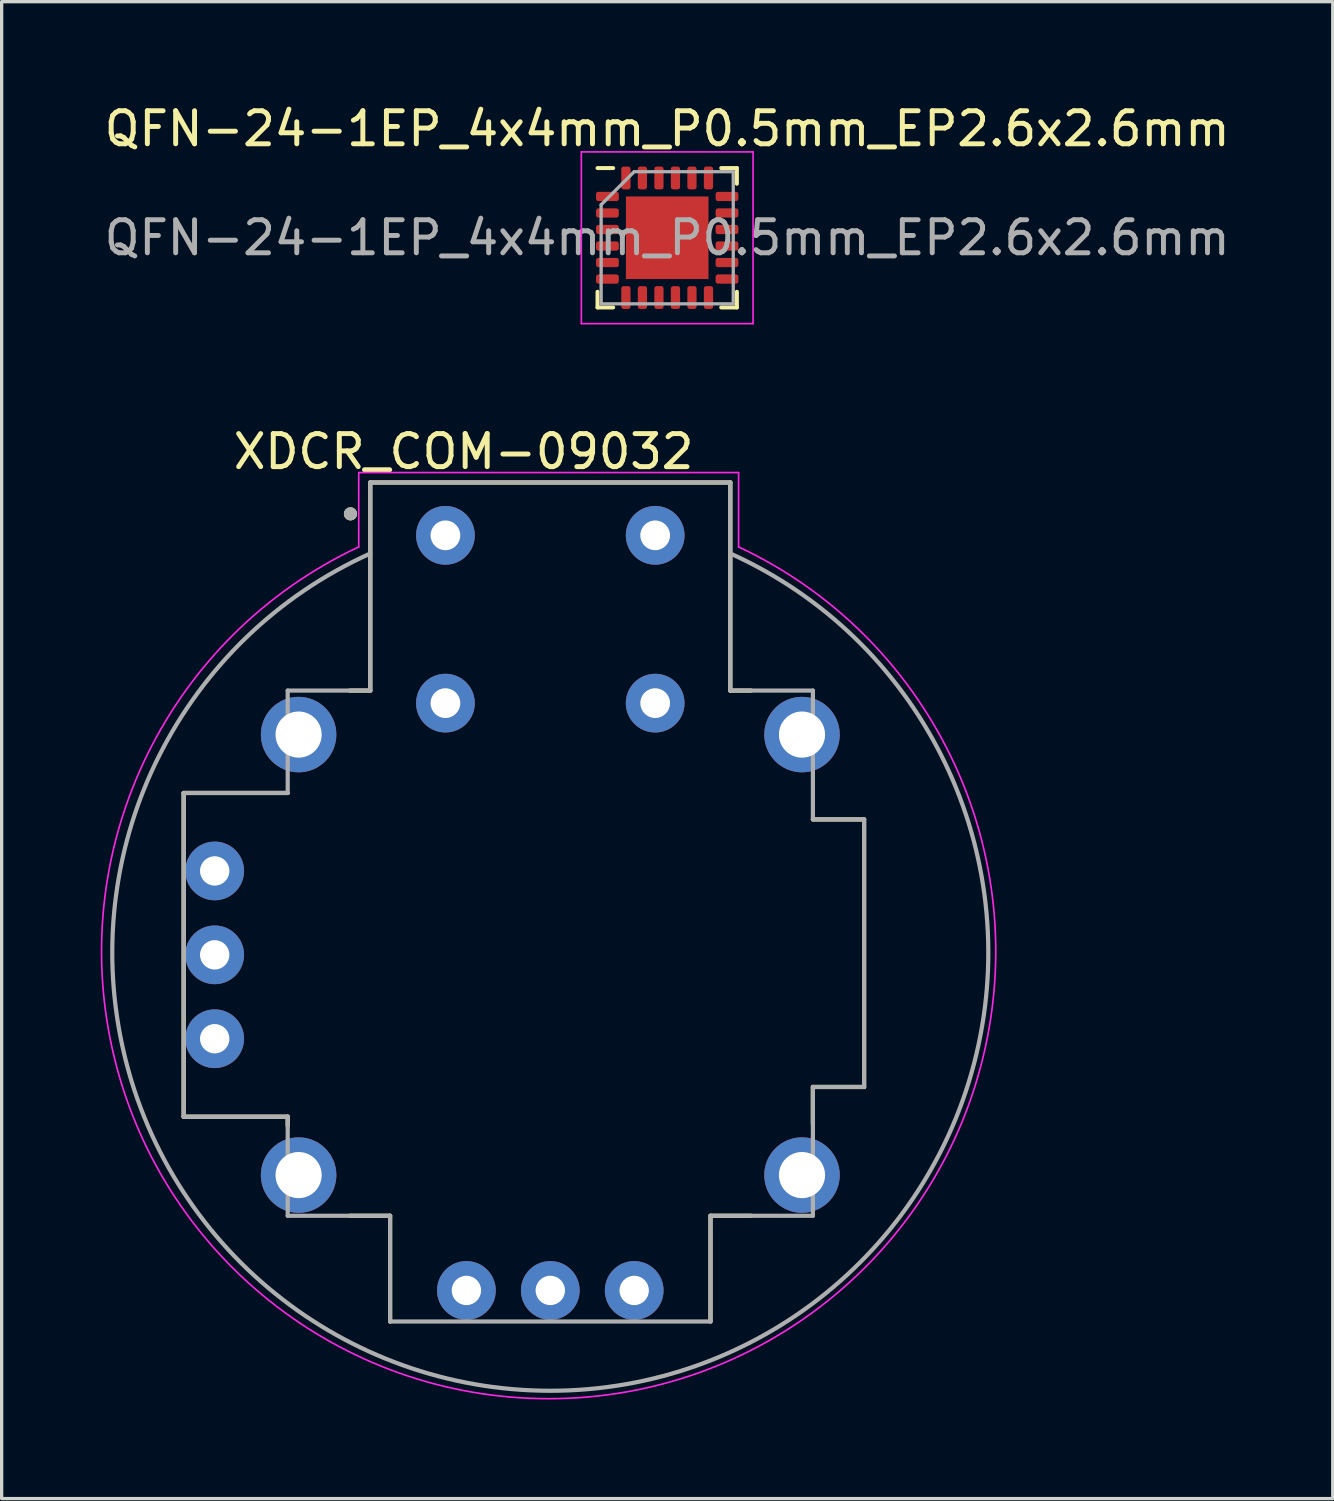
<source format=kicad_pcb>
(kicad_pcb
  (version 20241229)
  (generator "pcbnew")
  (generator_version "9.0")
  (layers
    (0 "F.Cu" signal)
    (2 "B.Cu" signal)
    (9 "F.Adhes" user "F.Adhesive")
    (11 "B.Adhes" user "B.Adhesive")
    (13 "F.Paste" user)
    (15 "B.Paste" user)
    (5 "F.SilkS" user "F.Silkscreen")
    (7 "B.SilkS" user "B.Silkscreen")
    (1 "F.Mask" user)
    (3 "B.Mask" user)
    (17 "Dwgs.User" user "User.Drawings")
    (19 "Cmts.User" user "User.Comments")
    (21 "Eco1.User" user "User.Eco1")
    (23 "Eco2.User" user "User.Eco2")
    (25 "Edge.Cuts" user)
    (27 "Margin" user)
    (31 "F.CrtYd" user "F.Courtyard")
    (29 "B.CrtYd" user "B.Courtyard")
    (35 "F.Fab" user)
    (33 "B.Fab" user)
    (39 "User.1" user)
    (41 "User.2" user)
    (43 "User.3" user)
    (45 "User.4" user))
  (footprint "XDCR_COM-09032"
    (layer "F.Cu")
    (at 13.61 25.857)
    (property "Reference" "XDCR_COM-09032" (at -2.625 -15.235 0) (layer "F.SilkS") (effects (font (size 1 1) (thickness 0.15))))
    (attr through_hole)
    (fp_line (start -11.1 -4.9) (end -7.95 -4.9) (stroke (width 0.127) (type solid)) (layer "F.SilkS"))
    (fp_line (start -11.1 4.9) (end -11.1 -4.9) (stroke (width 0.127) (type solid)) (layer "F.SilkS"))
    (fp_line (start -7.95 4.9) (end -11.1 4.9) (stroke (width 0.127) (type solid)) (layer "F.SilkS"))
    (fp_line (start -7.95 5.17) (end -7.95 4.9) (stroke (width 0.127) (type solid)) (layer "F.SilkS"))
    (fp_line (start -6.07 -8) (end -5.45 -8) (stroke (width 0.127) (type solid)) (layer "F.SilkS"))
    (fp_line (start -5.45 -14.3) (end 5.45 -14.3) (stroke (width 0.127) (type solid)) (layer "F.SilkS"))
    (fp_line (start -5.45 -8) (end -5.45 -14.3) (stroke (width 0.127) (type solid)) (layer "F.SilkS"))
    (fp_line (start -4.85 7.9) (end -6.07 7.9) (stroke (width 0.127) (type solid)) (layer "F.SilkS"))
    (fp_line (start -4.85 11.1) (end -4.85 7.9) (stroke (width 0.127) (type solid)) (layer "F.SilkS"))
    (fp_line (start 4.85 7.9) (end 4.85 11.1) (stroke (width 0.127) (type solid)) (layer "F.SilkS"))
    (fp_line (start 5.45 -14.3) (end 5.45 -8) (stroke (width 0.127) (type solid)) (layer "F.SilkS"))
    (fp_line (start 5.45 -8) (end 6.08 -8) (stroke (width 0.127) (type solid)) (layer "F.SilkS"))
    (fp_line (start 6.08 7.9) (end 4.85 7.9) (stroke (width 0.127) (type solid)) (layer "F.SilkS"))
    (fp_line (start 7.95 -4.1) (end 9.5 -4.1) (stroke (width 0.127) (type solid)) (layer "F.SilkS"))
    (fp_line (start 7.95 4) (end 7.95 5.12) (stroke (width 0.127) (type solid)) (layer "F.SilkS"))
    (fp_line (start 9.5 -4.1) (end 9.5 4) (stroke (width 0.127) (type solid)) (layer "F.SilkS"))
    (fp_line (start 9.5 4) (end 7.95 4) (stroke (width 0.127) (type solid)) (layer "F.SilkS"))
    (fp_circle (center -6.05 -13.35) (end -5.95 -13.35) (stroke (width 0.2) (type solid)) (fill no) (layer "F.SilkS"))
    (fp_line (start -5.8 -14.6) (end 5.7 -14.6) (stroke (width 0.05) (type solid)) (layer "F.CrtYd"))
    (fp_line (start -5.8 -12.35) (end -5.8 -14.6) (stroke (width 0.05) (type solid)) (layer "F.CrtYd"))
    (fp_line (start 5.7 -14.6) (end 5.7 -12.35) (stroke (width 0.05) (type solid)) (layer "F.CrtYd"))
    (fp_arc (start 5.7 -12.35) (mid -0.05 13.437438) (end -5.8 -12.35) (stroke (width 0.05) (type solid)) (layer "F.CrtYd"))
    (fp_line (start -11.1 -4.9) (end -11.1 4.9) (stroke (width 0.127) (type solid)) (layer "F.Fab"))
    (fp_line (start -7.95 -4.9) (end -11.1 -4.9) (stroke (width 0.127) (type solid)) (layer "F.Fab"))
    (fp_line (start -7.95 -4.9) (end -7.95 -8) (stroke (width 0.127) (type solid)) (layer "F.Fab"))
    (fp_line (start -7.95 4.9) (end -11.1 4.9) (stroke (width 0.127) (type solid)) (layer "F.Fab"))
    (fp_line (start -7.95 4.9) (end -7.95 7.9) (stroke (width 0.127) (type solid)) (layer "F.Fab"))
    (fp_line (start -5.45 -14.3) (end -5.45 -8) (stroke (width 0.127) (type solid)) (layer "F.Fab"))
    (fp_line (start -5.45 -8) (end -7.95 -8) (stroke (width 0.127) (type solid)) (layer "F.Fab"))
    (fp_line (start -4.85 7.9) (end -7.95 7.9) (stroke (width 0.127) (type solid)) (layer "F.Fab"))
    (fp_line (start -4.85 11.1) (end -4.85 7.9) (stroke (width 0.127) (type solid)) (layer "F.Fab"))
    (fp_line (start 4.85 7.9) (end 7.95 7.9) (stroke (width 0.127) (type solid)) (layer "F.Fab"))
    (fp_line (start 4.85 11.1) (end -4.85 11.1) (stroke (width 0.127) (type solid)) (layer "F.Fab"))
    (fp_line (start 4.85 11.1) (end 4.85 7.9) (stroke (width 0.127) (type solid)) (layer "F.Fab"))
    (fp_line (start 5.45 -14.3) (end -5.45 -14.3) (stroke (width 0.127) (type solid)) (layer "F.Fab"))
    (fp_line (start 5.45 -14.3) (end 5.45 -8) (stroke (width 0.127) (type solid)) (layer "F.Fab"))
    (fp_line (start 7.95 -8) (end 5.45 -8) (stroke (width 0.127) (type solid)) (layer "F.Fab"))
    (fp_line (start 7.95 -4.1) (end 7.95 -8) (stroke (width 0.127) (type solid)) (layer "F.Fab"))
    (fp_line (start 7.95 -4.1) (end 9.5 -4.1) (stroke (width 0.127) (type solid)) (layer "F.Fab"))
    (fp_line (start 7.95 4) (end 7.95 7.9) (stroke (width 0.127) (type solid)) (layer "F.Fab"))
    (fp_line (start 7.95 4) (end 9.5 4) (stroke (width 0.127) (type solid)) (layer "F.Fab"))
    (fp_line (start 9.5 -4.1) (end 9.5 4) (stroke (width 0.127) (type solid)) (layer "F.Fab"))
    (fp_arc (start 5.45 -12.15) (mid 0 13.197504) (end -5.45 -12.15) (stroke (width 0.127) (type solid)) (layer "F.Fab"))
    (fp_circle (center -6.05 -13.35) (end -5.95 -13.35) (stroke (width 0.2) (type solid)) (fill no) (layer "F.Fab"))
    (pad "B1A" thru_hole circle (at -3.175 -12.7) (size 1.778 1.778) (drill 0.9) (layers "*.Cu" "*.Mask"))
    (pad "B1B" thru_hole circle (at 3.175 -12.7) (size 1.778 1.778) (drill 0.9) (layers "*.Cu" "*.Mask"))
    (pad "B2A" thru_hole circle (at -3.175 -7.62) (size 1.778 1.778) (drill 0.9) (layers "*.Cu" "*.Mask"))
    (pad "B2B" thru_hole circle (at 3.175 -7.62) (size 1.778 1.778) (drill 0.9) (layers "*.Cu" "*.Mask"))
    (pad "H1" thru_hole circle (at -2.54 10.16) (size 1.778 1.778) (drill 0.889) (layers "*.Cu" "*.Mask"))
    (pad "H2" thru_hole circle (at 0 10.16) (size 1.778 1.778) (drill 0.889) (layers "*.Cu" "*.Mask"))
    (pad "H3" thru_hole circle (at 2.54 10.16) (size 1.778 1.778) (drill 0.889) (layers "*.Cu" "*.Mask"))
    (pad "S1" thru_hole circle (at -7.62 -6.668) (size 2.286 2.286) (drill 1.397) (layers "*.Cu" "*.Mask"))
    (pad "S2" thru_hole circle (at -7.62 6.668) (size 2.286 2.286) (drill 1.397) (layers "*.Cu" "*.Mask"))
    (pad "S3" thru_hole circle (at 7.62 6.668) (size 2.286 2.286) (drill 1.397) (layers "*.Cu" "*.Mask"))
    (pad "S4" thru_hole circle (at 7.62 -6.668) (size 2.286 2.286) (drill 1.397) (layers "*.Cu" "*.Mask"))
    (pad "V1" thru_hole circle (at -10.16 -2.54) (size 1.778 1.778) (drill 0.889) (layers "*.Cu" "*.Mask"))
    (pad "V2" thru_hole circle (at -10.16 0) (size 1.778 1.778) (drill 0.889) (layers "*.Cu" "*.Mask"))
    (pad "V3" thru_hole circle (at -10.16 2.54) (size 1.778 1.778) (drill 0.889) (layers "*.Cu" "*.Mask")))
  (footprint "QFN-24-1EP_4x4mm_P0.5mm_EP2.6x2.6mm"
    (layer "F.Cu")
    (at 17.149 4.148)
    (property "Reference" "QFN-24-1EP_4x4mm_P0.5mm_EP2.6x2.6mm" (at 0 -3.3 0) (layer "F.SilkS") (effects (font (size 1 1) (thickness 0.15))))
    (attr smd)
    (fp_line (start -2.11 2.11) (end -2.11 1.635) (stroke (width 0.12) (type solid)) (layer "F.SilkS"))
    (fp_line (start -1.635 -2.11) (end -2.11 -2.11) (stroke (width 0.12) (type solid)) (layer "F.SilkS"))
    (fp_line (start -1.635 2.11) (end -2.11 2.11) (stroke (width 0.12) (type solid)) (layer "F.SilkS"))
    (fp_line (start 1.635 -2.11) (end 2.11 -2.11) (stroke (width 0.12) (type solid)) (layer "F.SilkS"))
    (fp_line (start 1.635 2.11) (end 2.11 2.11) (stroke (width 0.12) (type solid)) (layer "F.SilkS"))
    (fp_line (start 2.11 -2.11) (end 2.11 -1.635) (stroke (width 0.12) (type solid)) (layer "F.SilkS"))
    (fp_line (start 2.11 2.11) (end 2.11 1.635) (stroke (width 0.12) (type solid)) (layer "F.SilkS"))
    (fp_line (start -2.6 -2.6) (end -2.6 2.6) (stroke (width 0.05) (type solid)) (layer "F.CrtYd"))
    (fp_line (start -2.6 2.6) (end 2.6 2.6) (stroke (width 0.05) (type solid)) (layer "F.CrtYd"))
    (fp_line (start 2.6 -2.6) (end -2.6 -2.6) (stroke (width 0.05) (type solid)) (layer "F.CrtYd"))
    (fp_line (start 2.6 2.6) (end 2.6 -2.6) (stroke (width 0.05) (type solid)) (layer "F.CrtYd"))
    (fp_line (start -2 -1) (end -1 -2) (stroke (width 0.1) (type solid)) (layer "F.Fab"))
    (fp_line (start -2 2) (end -2 -1) (stroke (width 0.1) (type solid)) (layer "F.Fab"))
    (fp_line (start -1 -2) (end 2 -2) (stroke (width 0.1) (type solid)) (layer "F.Fab"))
    (fp_line (start 2 -2) (end 2 2) (stroke (width 0.1) (type solid)) (layer "F.Fab"))
    (fp_line (start 2 2) (end -2 2) (stroke (width 0.1) (type solid)) (layer "F.Fab"))
    (fp_text user "${REFERENCE}" (at 0 0 0) (layer "F.Fab") (effects (font (size 1 1) (thickness 0.15))))
    (pad "" smd roundrect (at -0.65 -0.65) (size 1.05 1.05) (layers "F.Paste") (roundrect_rratio 0.238))
    (pad "" smd roundrect (at -0.65 0.65) (size 1.05 1.05) (layers "F.Paste") (roundrect_rratio 0.238))
    (pad "" smd roundrect (at 0.65 -0.65) (size 1.05 1.05) (layers "F.Paste") (roundrect_rratio 0.238))
    (pad "" smd roundrect (at 0.65 0.65) (size 1.05 1.05) (layers "F.Paste") (roundrect_rratio 0.238))
    (pad "1" smd roundrect (at -1.81 -1.25 180) (size 0.69 0.28) (layers "F.Cu" "F.Mask" "F.Paste") (roundrect_rratio 0.25))
    (pad "2" smd roundrect (at -1.81 -0.75) (size 0.69 0.28) (layers "F.Cu" "F.Mask" "F.Paste") (roundrect_rratio 0.25))
    (pad "3" smd roundrect (at -1.81 -0.25) (size 0.69 0.28) (layers "F.Cu" "F.Mask" "F.Paste") (roundrect_rratio 0.25))
    (pad "4" smd roundrect (at -1.81 0.25) (size 0.69 0.28) (layers "F.Cu" "F.Mask" "F.Paste") (roundrect_rratio 0.25))
    (pad "5" smd roundrect (at -1.81 0.75) (size 0.69 0.28) (layers "F.Cu" "F.Mask" "F.Paste") (roundrect_rratio 0.25))
    (pad "6" smd roundrect (at -1.81 1.25) (size 0.69 0.28) (layers "F.Cu" "F.Mask" "F.Paste") (roundrect_rratio 0.25))
    (pad "7" smd roundrect (at -1.25 1.81 90) (size 0.69 0.28) (layers "F.Cu" "F.Mask" "F.Paste") (roundrect_rratio 0.25))
    (pad "8" smd roundrect (at -0.75 1.81 90) (size 0.69 0.28) (layers "F.Cu" "F.Mask" "F.Paste") (roundrect_rratio 0.25))
    (pad "9" smd roundrect (at -0.25 1.81 90) (size 0.69 0.28) (layers "F.Cu" "F.Mask" "F.Paste") (roundrect_rratio 0.25))
    (pad "10" smd roundrect (at 0.25 1.81 90) (size 0.69 0.28) (layers "F.Cu" "F.Mask" "F.Paste") (roundrect_rratio 0.25))
    (pad "11" smd roundrect (at 0.75 1.81 90) (size 0.69 0.28) (layers "F.Cu" "F.Mask" "F.Paste") (roundrect_rratio 0.25))
    (pad "12" smd roundrect (at 1.25 1.81 90) (size 0.69 0.28) (layers "F.Cu" "F.Mask" "F.Paste") (roundrect_rratio 0.25))
    (pad "13" smd roundrect (at 1.81 1.25) (size 0.69 0.28) (layers "F.Cu" "F.Mask" "F.Paste") (roundrect_rratio 0.25))
    (pad "14" smd roundrect (at 1.81 0.75) (size 0.69 0.28) (layers "F.Cu" "F.Mask" "F.Paste") (roundrect_rratio 0.25))
    (pad "15" smd roundrect (at 1.81 0.25) (size 0.69 0.28) (layers "F.Cu" "F.Mask" "F.Paste") (roundrect_rratio 0.25))
    (pad "16" smd roundrect (at 1.81 -0.25) (size 0.69 0.28) (layers "F.Cu" "F.Mask" "F.Paste") (roundrect_rratio 0.25))
    (pad "17" smd roundrect (at 1.81 -0.75) (size 0.69 0.28) (layers "F.Cu" "F.Mask" "F.Paste") (roundrect_rratio 0.25))
    (pad "18" smd roundrect (at 1.81 -1.25) (size 0.69 0.28) (layers "F.Cu" "F.Mask" "F.Paste") (roundrect_rratio 0.25))
    (pad "19" smd roundrect (at 1.25 -1.81 90) (size 0.69 0.28) (layers "F.Cu" "F.Mask" "F.Paste") (roundrect_rratio 0.25))
    (pad "20" smd roundrect (at 0.75 -1.81 90) (size 0.69 0.28) (layers "F.Cu" "F.Mask" "F.Paste") (roundrect_rratio 0.25))
    (pad "21" smd roundrect (at 0.25 -1.81 90) (size 0.69 0.28) (layers "F.Cu" "F.Mask" "F.Paste") (roundrect_rratio 0.25))
    (pad "22" smd roundrect (at -0.25 -1.81 90) (size 0.69 0.28) (layers "F.Cu" "F.Mask" "F.Paste") (roundrect_rratio 0.25))
    (pad "23" smd roundrect (at -0.75 -1.81 90) (size 0.69 0.28) (layers "F.Cu" "F.Mask" "F.Paste") (roundrect_rratio 0.25))
    (pad "24" smd roundrect (at -1.25 -1.81 90) (size 0.69 0.28) (layers "F.Cu" "F.Mask" "F.Paste") (roundrect_rratio 0.25))
    (pad "25" smd rect (at 0 0) (size 2.5 2.5) (layers "F.Cu" "F.Mask")))
  (gr_rect
    (start -3 -3)
    (end 37.298 42.319)
    (stroke (width 0.1) (type default))
    (fill no)
    (layer "Edge.Cuts")))
</source>
